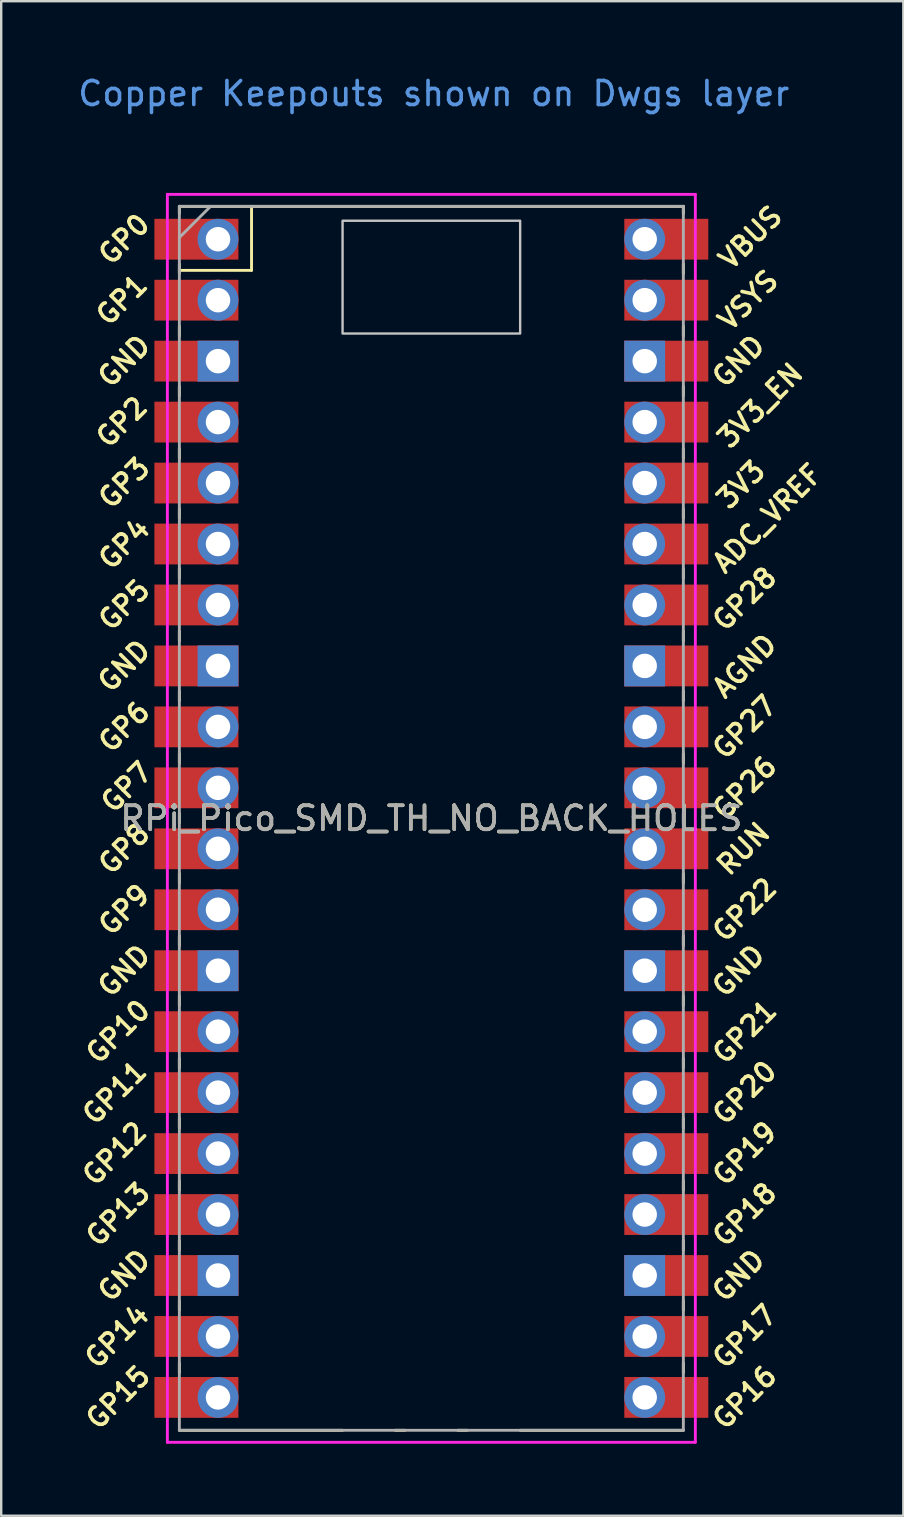
<source format=kicad_pcb>
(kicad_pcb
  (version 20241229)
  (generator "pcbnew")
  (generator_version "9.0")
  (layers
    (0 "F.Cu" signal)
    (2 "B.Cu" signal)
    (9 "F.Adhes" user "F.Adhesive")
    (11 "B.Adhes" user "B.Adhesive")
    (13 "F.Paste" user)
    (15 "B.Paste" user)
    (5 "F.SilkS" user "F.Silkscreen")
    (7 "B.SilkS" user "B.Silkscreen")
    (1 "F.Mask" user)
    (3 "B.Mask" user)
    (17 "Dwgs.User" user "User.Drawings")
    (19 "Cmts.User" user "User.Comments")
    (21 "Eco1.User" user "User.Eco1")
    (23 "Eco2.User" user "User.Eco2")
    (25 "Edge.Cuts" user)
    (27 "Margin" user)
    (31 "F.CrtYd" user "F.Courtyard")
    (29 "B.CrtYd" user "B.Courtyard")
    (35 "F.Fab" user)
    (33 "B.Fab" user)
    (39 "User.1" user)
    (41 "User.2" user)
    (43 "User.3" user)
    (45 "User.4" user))
  (footprint "RPi_Pico_SMD_TH_NO_BACK_HOLES"
    (layer "F.Cu")
    (at 14.924 31.048)
    (property "Reference" "RPi_Pico_SMD_TH_NO_BACK_HOLES" (at 0 0 0) (layer "F.SilkS") (effects (font (size 1 1) (thickness 0.15))))
    (attr through_hole)
    (fp_line (start -10.5 -25.5) (end -10.5 -25.2) (stroke (width 0.12) (type solid)) (layer "F.SilkS"))
    (fp_line (start -10.5 -25.5) (end 10.5 -25.5) (stroke (width 0.12) (type solid)) (layer "F.SilkS"))
    (fp_line (start -10.5 -23.1) (end -10.5 -22.7) (stroke (width 0.12) (type solid)) (layer "F.SilkS"))
    (fp_line (start -10.5 -22.833) (end -7.493 -22.833) (stroke (width 0.12) (type solid)) (layer "F.SilkS"))
    (fp_line (start -10.5 -20.5) (end -10.5 -20.1) (stroke (width 0.12) (type solid)) (layer "F.SilkS"))
    (fp_line (start -10.5 -18) (end -10.5 -17.6) (stroke (width 0.12) (type solid)) (layer "F.SilkS"))
    (fp_line (start -10.5 -15.4) (end -10.5 -15) (stroke (width 0.12) (type solid)) (layer "F.SilkS"))
    (fp_line (start -10.5 -12.9) (end -10.5 -12.5) (stroke (width 0.12) (type solid)) (layer "F.SilkS"))
    (fp_line (start -10.5 -10.4) (end -10.5 -10) (stroke (width 0.12) (type solid)) (layer "F.SilkS"))
    (fp_line (start -10.5 -7.8) (end -10.5 -7.4) (stroke (width 0.12) (type solid)) (layer "F.SilkS"))
    (fp_line (start -10.5 -5.3) (end -10.5 -4.9) (stroke (width 0.12) (type solid)) (layer "F.SilkS"))
    (fp_line (start -10.5 -2.7) (end -10.5 -2.3) (stroke (width 0.12) (type solid)) (layer "F.SilkS"))
    (fp_line (start -10.5 -0.2) (end -10.5 0.2) (stroke (width 0.12) (type solid)) (layer "F.SilkS"))
    (fp_line (start -10.5 2.3) (end -10.5 2.7) (stroke (width 0.12) (type solid)) (layer "F.SilkS"))
    (fp_line (start -10.5 4.9) (end -10.5 5.3) (stroke (width 0.12) (type solid)) (layer "F.SilkS"))
    (fp_line (start -10.5 7.4) (end -10.5 7.8) (stroke (width 0.12) (type solid)) (layer "F.SilkS"))
    (fp_line (start -10.5 10) (end -10.5 10.4) (stroke (width 0.12) (type solid)) (layer "F.SilkS"))
    (fp_line (start -10.5 12.5) (end -10.5 12.9) (stroke (width 0.12) (type solid)) (layer "F.SilkS"))
    (fp_line (start -10.5 15.1) (end -10.5 15.5) (stroke (width 0.12) (type solid)) (layer "F.SilkS"))
    (fp_line (start -10.5 17.6) (end -10.5 18) (stroke (width 0.12) (type solid)) (layer "F.SilkS"))
    (fp_line (start -10.5 20.1) (end -10.5 20.5) (stroke (width 0.12) (type solid)) (layer "F.SilkS"))
    (fp_line (start -10.5 22.7) (end -10.5 23.1) (stroke (width 0.12) (type solid)) (layer "F.SilkS"))
    (fp_line (start -7.493 -22.833) (end -7.493 -25.5) (stroke (width 0.12) (type solid)) (layer "F.SilkS"))
    (fp_line (start -3.7 25.5) (end -10.5 25.5) (stroke (width 0.12) (type solid)) (layer "F.SilkS"))
    (fp_line (start -1.5 25.5) (end -1.1 25.5) (stroke (width 0.12) (type solid)) (layer "F.SilkS"))
    (fp_line (start 1.1 25.5) (end 1.5 25.5) (stroke (width 0.12) (type solid)) (layer "F.SilkS"))
    (fp_line (start 10.5 -25.5) (end 10.5 -25.2) (stroke (width 0.12) (type solid)) (layer "F.SilkS"))
    (fp_line (start 10.5 -23.1) (end 10.5 -22.7) (stroke (width 0.12) (type solid)) (layer "F.SilkS"))
    (fp_line (start 10.5 -20.5) (end 10.5 -20.1) (stroke (width 0.12) (type solid)) (layer "F.SilkS"))
    (fp_line (start 10.5 -18) (end 10.5 -17.6) (stroke (width 0.12) (type solid)) (layer "F.SilkS"))
    (fp_line (start 10.5 -15.4) (end 10.5 -15) (stroke (width 0.12) (type solid)) (layer "F.SilkS"))
    (fp_line (start 10.5 -12.9) (end 10.5 -12.5) (stroke (width 0.12) (type solid)) (layer "F.SilkS"))
    (fp_line (start 10.5 -10.4) (end 10.5 -10) (stroke (width 0.12) (type solid)) (layer "F.SilkS"))
    (fp_line (start 10.5 -7.8) (end 10.5 -7.4) (stroke (width 0.12) (type solid)) (layer "F.SilkS"))
    (fp_line (start 10.5 -5.3) (end 10.5 -4.9) (stroke (width 0.12) (type solid)) (layer "F.SilkS"))
    (fp_line (start 10.5 -2.7) (end 10.5 -2.3) (stroke (width 0.12) (type solid)) (layer "F.SilkS"))
    (fp_line (start 10.5 -0.2) (end 10.5 0.2) (stroke (width 0.12) (type solid)) (layer "F.SilkS"))
    (fp_line (start 10.5 2.3) (end 10.5 2.7) (stroke (width 0.12) (type solid)) (layer "F.SilkS"))
    (fp_line (start 10.5 4.9) (end 10.5 5.3) (stroke (width 0.12) (type solid)) (layer "F.SilkS"))
    (fp_line (start 10.5 7.4) (end 10.5 7.8) (stroke (width 0.12) (type solid)) (layer "F.SilkS"))
    (fp_line (start 10.5 10) (end 10.5 10.4) (stroke (width 0.12) (type solid)) (layer "F.SilkS"))
    (fp_line (start 10.5 12.5) (end 10.5 12.9) (stroke (width 0.12) (type solid)) (layer "F.SilkS"))
    (fp_line (start 10.5 15.1) (end 10.5 15.5) (stroke (width 0.12) (type solid)) (layer "F.SilkS"))
    (fp_line (start 10.5 17.6) (end 10.5 18) (stroke (width 0.12) (type solid)) (layer "F.SilkS"))
    (fp_line (start 10.5 20.1) (end 10.5 20.5) (stroke (width 0.12) (type solid)) (layer "F.SilkS"))
    (fp_line (start 10.5 22.7) (end 10.5 23.1) (stroke (width 0.12) (type solid)) (layer "F.SilkS"))
    (fp_line (start 10.5 25.5) (end 3.7 25.5) (stroke (width 0.12) (type solid)) (layer "F.SilkS"))
    (fp_poly (pts (xy 3.7 -20.2) (xy -3.7 -20.2) (xy -3.7 -24.9) (xy 3.7 -24.9)) (stroke (width 0.1) (type solid)) (fill no) (layer "Dwgs.User"))
    (fp_line (start -11 -26) (end 11 -26) (stroke (width 0.12) (type solid)) (layer "F.CrtYd"))
    (fp_line (start -11 26) (end -11 -26) (stroke (width 0.12) (type solid)) (layer "F.CrtYd"))
    (fp_line (start 11 -26) (end 11 26) (stroke (width 0.12) (type solid)) (layer "F.CrtYd"))
    (fp_line (start 11 26) (end -11 26) (stroke (width 0.12) (type solid)) (layer "F.CrtYd"))
    (fp_line (start -10.5 -25.5) (end 10.5 -25.5) (stroke (width 0.12) (type solid)) (layer "F.Fab"))
    (fp_line (start -10.5 -24.2) (end -9.2 -25.5) (stroke (width 0.12) (type solid)) (layer "F.Fab"))
    (fp_line (start -10.5 25.5) (end -10.5 -25.5) (stroke (width 0.12) (type solid)) (layer "F.Fab"))
    (fp_line (start 10.5 -25.5) (end 10.5 25.5) (stroke (width 0.12) (type solid)) (layer "F.Fab"))
    (fp_line (start 10.5 25.5) (end -10.5 25.5) (stroke (width 0.12) (type solid)) (layer "F.Fab"))
    (fp_text user "GP18" (at 13.054 16.51 45) (layer "F.SilkS") (effects (font (size 0.8 0.8) (thickness 0.15))))
    (fp_text user "GP19" (at 13.054 13.97 45) (layer "F.SilkS") (effects (font (size 0.8 0.8) (thickness 0.15))))
    (fp_text user "GP2" (at -12.9 -16.51 45) (layer "F.SilkS") (effects (font (size 0.8 0.8) (thickness 0.15))))
    (fp_text user "GND" (at -12.8 6.35 45) (layer "F.SilkS") (effects (font (size 0.8 0.8) (thickness 0.15))))
    (fp_text user "GP8" (at -12.8 1.27 45) (layer "F.SilkS") (effects (font (size 0.8 0.8) (thickness 0.15))))
    (fp_text user "GND" (at 12.8 -19.05 45) (layer "F.SilkS") (effects (font (size 0.8 0.8) (thickness 0.15))))
    (fp_text user "GP3" (at -12.8 -13.97 45) (layer "F.SilkS") (effects (font (size 0.8 0.8) (thickness 0.15))))
    (fp_text user "AGND" (at 13.054 -6.35 45) (layer "F.SilkS") (effects (font (size 0.8 0.8) (thickness 0.15))))
    (fp_text user "GP21" (at 13.054 8.9 45) (layer "F.SilkS") (effects (font (size 0.8 0.8) (thickness 0.15))))
    (fp_text user "VSYS" (at 13.2 -21.59 45) (layer "F.SilkS") (effects (font (size 0.8 0.8) (thickness 0.15))))
    (fp_text user "GP28" (at 13.054 -9.144 45) (layer "F.SilkS") (effects (font (size 0.8 0.8) (thickness 0.15))))
    (fp_text user "GND" (at -12.8 -19.05 45) (layer "F.SilkS") (effects (font (size 0.8 0.8) (thickness 0.15))))
    (fp_text user "GP26" (at 13.054 -1.27 45) (layer "F.SilkS") (effects (font (size 0.8 0.8) (thickness 0.15))))
    (fp_text user "GP4" (at -12.8 -11.43 45) (layer "F.SilkS") (effects (font (size 0.8 0.8) (thickness 0.15))))
    (fp_text user "GP13" (at -13.054 16.51 45) (layer "F.SilkS") (effects (font (size 0.8 0.8) (thickness 0.15))))
    (fp_text user "GND" (at 12.8 19.05 45) (layer "F.SilkS") (effects (font (size 0.8 0.8) (thickness 0.15))))
    (fp_text user "GP0" (at -12.8 -24.13 45) (layer "F.SilkS") (effects (font (size 0.8 0.8) (thickness 0.15))))
    (fp_text user "GP5" (at -12.8 -8.89 45) (layer "F.SilkS") (effects (font (size 0.8 0.8) (thickness 0.15))))
    (fp_text user "GP6" (at -12.8 -3.81 45) (layer "F.SilkS") (effects (font (size 0.8 0.8) (thickness 0.15))))
    (fp_text user "ADC_VREF" (at 14 -12.5 45) (layer "F.SilkS") (effects (font (size 0.8 0.8) (thickness 0.15))))
    (fp_text user "GP15" (at -13.054 24.13 45) (layer "F.SilkS") (effects (font (size 0.8 0.8) (thickness 0.15))))
    (fp_text user "3V3_EN" (at 13.7 -17.2 45) (layer "F.SilkS") (effects (font (size 0.8 0.8) (thickness 0.15))))
    (fp_text user "GP7" (at -12.7 -1.3 45) (layer "F.SilkS") (effects (font (size 0.8 0.8) (thickness 0.15))))
    (fp_text user "3V3" (at 12.9 -13.9 45) (layer "F.SilkS") (effects (font (size 0.8 0.8) (thickness 0.15))))
    (fp_text user "GP9" (at -12.8 3.81 45) (layer "F.SilkS") (effects (font (size 0.8 0.8) (thickness 0.15))))
    (fp_text user "GP1" (at -12.9 -21.6 45) (layer "F.SilkS") (effects (font (size 0.8 0.8) (thickness 0.15))))
    (fp_text user "GND" (at -12.8 19.05 45) (layer "F.SilkS") (effects (font (size 0.8 0.8) (thickness 0.15))))
    (fp_text user "GND" (at -12.8 -6.35 45) (layer "F.SilkS") (effects (font (size 0.8 0.8) (thickness 0.15))))
    (fp_text user "GP22" (at 13.054 3.81 45) (layer "F.SilkS") (effects (font (size 0.8 0.8) (thickness 0.15))))
    (fp_text user "GP20" (at 13.054 11.43 45) (layer "F.SilkS") (effects (font (size 0.8 0.8) (thickness 0.15))))
    (fp_text user "GP16" (at 13.054 24.13 45) (layer "F.SilkS") (effects (font (size 0.8 0.8) (thickness 0.15))))
    (fp_text user "RUN" (at 13 1.27 45) (layer "F.SilkS") (effects (font (size 0.8 0.8) (thickness 0.15))))
    (fp_text user "GP14" (at -13.1 21.59 45) (layer "F.SilkS") (effects (font (size 0.8 0.8) (thickness 0.15))))
    (fp_text user "GP10" (at -13.054 8.89 45) (layer "F.SilkS") (effects (font (size 0.8 0.8) (thickness 0.15))))
    (fp_text user "GP11" (at -13.2 11.43 45) (layer "F.SilkS") (effects (font (size 0.8 0.8) (thickness 0.15))))
    (fp_text user "GP12" (at -13.2 13.97 45) (layer "F.SilkS") (effects (font (size 0.8 0.8) (thickness 0.15))))
    (fp_text user "VBUS" (at 13.3 -24.2 45) (layer "F.SilkS") (effects (font (size 0.8 0.8) (thickness 0.15))))
    (fp_text user "GP17" (at 13.054 21.59 45) (layer "F.SilkS") (effects (font (size 0.8 0.8) (thickness 0.15))))
    (fp_text user "GP27" (at 13.054 -3.8 45) (layer "F.SilkS") (effects (font (size 0.8 0.8) (thickness 0.15))))
    (fp_text user "GND" (at 12.8 6.35 45) (layer "F.SilkS") (effects (font (size 0.8 0.8) (thickness 0.15))))
    (fp_text user "Copper Keepouts shown on Dwgs layer" (at 0.1 -30.2 0) (layer "Cmts.User") (effects (font (size 1 1) (thickness 0.15))))
    (fp_text user "${REFERENCE}" (at 0 0 180) (layer "F.Fab") (effects (font (size 1 1) (thickness 0.15))))
    (pad "1" thru_hole oval (at -8.89 -24.13) (size 1.7 1.7) (drill 1.02) (layers "*.Cu" "*.Mask"))
    (pad "1" smd rect (at -8.89 -24.13) (size 3.5 1.7) (drill (offset -0.9 0)) (layers "F.Cu" "F.Mask"))
    (pad "2" thru_hole oval (at -8.89 -21.59) (size 1.7 1.7) (drill 1.02) (layers "*.Cu" "*.Mask"))
    (pad "2" smd rect (at -8.89 -21.59) (size 3.5 1.7) (drill (offset -0.9 0)) (layers "F.Cu" "F.Mask"))
    (pad "3" thru_hole rect (at -8.89 -19.05) (size 1.7 1.7) (drill 1.02) (layers "*.Cu" "*.Mask"))
    (pad "3" smd rect (at -8.89 -19.05) (size 3.5 1.7) (drill (offset -0.9 0)) (layers "F.Cu" "F.Mask"))
    (pad "4" thru_hole oval (at -8.89 -16.51) (size 1.7 1.7) (drill 1.02) (layers "*.Cu" "*.Mask"))
    (pad "4" smd rect (at -8.89 -16.51) (size 3.5 1.7) (drill (offset -0.9 0)) (layers "F.Cu" "F.Mask"))
    (pad "5" thru_hole oval (at -8.89 -13.97) (size 1.7 1.7) (drill 1.02) (layers "*.Cu" "*.Mask"))
    (pad "5" smd rect (at -8.89 -13.97) (size 3.5 1.7) (drill (offset -0.9 0)) (layers "F.Cu" "F.Mask"))
    (pad "6" thru_hole oval (at -8.89 -11.43) (size 1.7 1.7) (drill 1.02) (layers "*.Cu" "*.Mask"))
    (pad "6" smd rect (at -8.89 -11.43) (size 3.5 1.7) (drill (offset -0.9 0)) (layers "F.Cu" "F.Mask"))
    (pad "7" thru_hole oval (at -8.89 -8.89) (size 1.7 1.7) (drill 1.02) (layers "*.Cu" "*.Mask"))
    (pad "7" smd rect (at -8.89 -8.89) (size 3.5 1.7) (drill (offset -0.9 0)) (layers "F.Cu" "F.Mask"))
    (pad "8" thru_hole rect (at -8.89 -6.35) (size 1.7 1.7) (drill 1.02) (layers "*.Cu" "*.Mask"))
    (pad "8" smd rect (at -8.89 -6.35) (size 3.5 1.7) (drill (offset -0.9 0)) (layers "F.Cu" "F.Mask"))
    (pad "9" thru_hole oval (at -8.89 -3.81) (size 1.7 1.7) (drill 1.02) (layers "*.Cu" "*.Mask"))
    (pad "9" smd rect (at -8.89 -3.81) (size 3.5 1.7) (drill (offset -0.9 0)) (layers "F.Cu" "F.Mask"))
    (pad "10" thru_hole oval (at -8.89 -1.27) (size 1.7 1.7) (drill 1.02) (layers "*.Cu" "*.Mask"))
    (pad "10" smd rect (at -8.89 -1.27) (size 3.5 1.7) (drill (offset -0.9 0)) (layers "F.Cu" "F.Mask"))
    (pad "11" thru_hole oval (at -8.89 1.27) (size 1.7 1.7) (drill 1.02) (layers "*.Cu" "*.Mask"))
    (pad "11" smd rect (at -8.89 1.27) (size 3.5 1.7) (drill (offset -0.9 0)) (layers "F.Cu" "F.Mask"))
    (pad "12" thru_hole oval (at -8.89 3.81) (size 1.7 1.7) (drill 1.02) (layers "*.Cu" "*.Mask"))
    (pad "12" smd rect (at -8.89 3.81) (size 3.5 1.7) (drill (offset -0.9 0)) (layers "F.Cu" "F.Mask"))
    (pad "13" thru_hole rect (at -8.89 6.35) (size 1.7 1.7) (drill 1.02) (layers "*.Cu" "*.Mask"))
    (pad "13" smd rect (at -8.89 6.35) (size 3.5 1.7) (drill (offset -0.9 0)) (layers "F.Cu" "F.Mask"))
    (pad "14" thru_hole oval (at -8.89 8.89) (size 1.7 1.7) (drill 1.02) (layers "*.Cu" "*.Mask"))
    (pad "14" smd rect (at -8.89 8.89) (size 3.5 1.7) (drill (offset -0.9 0)) (layers "F.Cu" "F.Mask"))
    (pad "15" thru_hole oval (at -8.89 11.43) (size 1.7 1.7) (drill 1.02) (layers "*.Cu" "*.Mask"))
    (pad "15" smd rect (at -8.89 11.43) (size 3.5 1.7) (drill (offset -0.9 0)) (layers "F.Cu" "F.Mask"))
    (pad "16" thru_hole oval (at -8.89 13.97) (size 1.7 1.7) (drill 1.02) (layers "*.Cu" "*.Mask"))
    (pad "16" smd rect (at -8.89 13.97) (size 3.5 1.7) (drill (offset -0.9 0)) (layers "F.Cu" "F.Mask"))
    (pad "17" thru_hole oval (at -8.89 16.51) (size 1.7 1.7) (drill 1.02) (layers "*.Cu" "*.Mask"))
    (pad "17" smd rect (at -8.89 16.51) (size 3.5 1.7) (drill (offset -0.9 0)) (layers "F.Cu" "F.Mask"))
    (pad "18" thru_hole rect (at -8.89 19.05) (size 1.7 1.7) (drill 1.02) (layers "*.Cu" "*.Mask"))
    (pad "18" smd rect (at -8.89 19.05) (size 3.5 1.7) (drill (offset -0.9 0)) (layers "F.Cu" "F.Mask"))
    (pad "19" thru_hole oval (at -8.89 21.59) (size 1.7 1.7) (drill 1.02) (layers "*.Cu" "*.Mask"))
    (pad "19" smd rect (at -8.89 21.59) (size 3.5 1.7) (drill (offset -0.9 0)) (layers "F.Cu" "F.Mask"))
    (pad "20" thru_hole oval (at -8.89 24.13) (size 1.7 1.7) (drill 1.02) (layers "*.Cu" "*.Mask"))
    (pad "20" smd rect (at -8.89 24.13) (size 3.5 1.7) (drill (offset -0.9 0)) (layers "F.Cu" "F.Mask"))
    (pad "21" thru_hole oval (at 8.89 24.13) (size 1.7 1.7) (drill 1.02) (layers "*.Cu" "*.Mask"))
    (pad "21" smd rect (at 8.89 24.13) (size 3.5 1.7) (drill (offset 0.9 0)) (layers "F.Cu" "F.Mask"))
    (pad "22" thru_hole oval (at 8.89 21.59) (size 1.7 1.7) (drill 1.02) (layers "*.Cu" "*.Mask"))
    (pad "22" smd rect (at 8.89 21.59) (size 3.5 1.7) (drill (offset 0.9 0)) (layers "F.Cu" "F.Mask"))
    (pad "23" thru_hole rect (at 8.89 19.05) (size 1.7 1.7) (drill 1.02) (layers "*.Cu" "*.Mask"))
    (pad "23" smd rect (at 8.89 19.05) (size 3.5 1.7) (drill (offset 0.9 0)) (layers "F.Cu" "F.Mask"))
    (pad "24" thru_hole oval (at 8.89 16.51) (size 1.7 1.7) (drill 1.02) (layers "*.Cu" "*.Mask"))
    (pad "24" smd rect (at 8.89 16.51) (size 3.5 1.7) (drill (offset 0.9 0)) (layers "F.Cu" "F.Mask"))
    (pad "25" thru_hole oval (at 8.89 13.97) (size 1.7 1.7) (drill 1.02) (layers "*.Cu" "*.Mask"))
    (pad "25" smd rect (at 8.89 13.97) (size 3.5 1.7) (drill (offset 0.9 0)) (layers "F.Cu" "F.Mask"))
    (pad "26" thru_hole oval (at 8.89 11.43) (size 1.7 1.7) (drill 1.02) (layers "*.Cu" "*.Mask"))
    (pad "26" smd rect (at 8.89 11.43) (size 3.5 1.7) (drill (offset 0.9 0)) (layers "F.Cu" "F.Mask"))
    (pad "27" thru_hole oval (at 8.89 8.89) (size 1.7 1.7) (drill 1.02) (layers "*.Cu" "*.Mask"))
    (pad "27" smd rect (at 8.89 8.89) (size 3.5 1.7) (drill (offset 0.9 0)) (layers "F.Cu" "F.Mask"))
    (pad "28" thru_hole rect (at 8.89 6.35) (size 1.7 1.7) (drill 1.02) (layers "*.Cu" "*.Mask"))
    (pad "28" smd rect (at 8.89 6.35) (size 3.5 1.7) (drill (offset 0.9 0)) (layers "F.Cu" "F.Mask"))
    (pad "29" thru_hole oval (at 8.89 3.81) (size 1.7 1.7) (drill 1.02) (layers "*.Cu" "*.Mask"))
    (pad "29" smd rect (at 8.89 3.81) (size 3.5 1.7) (drill (offset 0.9 0)) (layers "F.Cu" "F.Mask"))
    (pad "30" thru_hole oval (at 8.89 1.27) (size 1.7 1.7) (drill 1.02) (layers "*.Cu" "*.Mask"))
    (pad "30" smd rect (at 8.89 1.27) (size 3.5 1.7) (drill (offset 0.9 0)) (layers "F.Cu" "F.Mask"))
    (pad "31" thru_hole oval (at 8.89 -1.27) (size 1.7 1.7) (drill 1.02) (layers "*.Cu" "*.Mask"))
    (pad "31" smd rect (at 8.89 -1.27) (size 3.5 1.7) (drill (offset 0.9 0)) (layers "F.Cu" "F.Mask"))
    (pad "32" thru_hole oval (at 8.89 -3.81) (size 1.7 1.7) (drill 1.02) (layers "*.Cu" "*.Mask"))
    (pad "32" smd rect (at 8.89 -3.81) (size 3.5 1.7) (drill (offset 0.9 0)) (layers "F.Cu" "F.Mask"))
    (pad "33" thru_hole rect (at 8.89 -6.35) (size 1.7 1.7) (drill 1.02) (layers "*.Cu" "*.Mask"))
    (pad "33" smd rect (at 8.89 -6.35) (size 3.5 1.7) (drill (offset 0.9 0)) (layers "F.Cu" "F.Mask"))
    (pad "34" thru_hole oval (at 8.89 -8.89) (size 1.7 1.7) (drill 1.02) (layers "*.Cu" "*.Mask"))
    (pad "34" smd rect (at 8.89 -8.89) (size 3.5 1.7) (drill (offset 0.9 0)) (layers "F.Cu" "F.Mask"))
    (pad "35" thru_hole oval (at 8.89 -11.43) (size 1.7 1.7) (drill 1.02) (layers "*.Cu" "*.Mask"))
    (pad "35" smd rect (at 8.89 -11.43) (size 3.5 1.7) (drill (offset 0.9 0)) (layers "F.Cu" "F.Mask"))
    (pad "36" thru_hole oval (at 8.89 -13.97) (size 1.7 1.7) (drill 1.02) (layers "*.Cu" "*.Mask"))
    (pad "36" smd rect (at 8.89 -13.97) (size 3.5 1.7) (drill (offset 0.9 0)) (layers "F.Cu" "F.Mask"))
    (pad "37" thru_hole oval (at 8.89 -16.51) (size 1.7 1.7) (drill 1.02) (layers "*.Cu" "*.Mask"))
    (pad "37" smd rect (at 8.89 -16.51) (size 3.5 1.7) (drill (offset 0.9 0)) (layers "F.Cu" "F.Mask"))
    (pad "38" thru_hole rect (at 8.89 -19.05) (size 1.7 1.7) (drill 1.02) (layers "*.Cu" "*.Mask"))
    (pad "38" smd rect (at 8.89 -19.05) (size 3.5 1.7) (drill (offset 0.9 0)) (layers "F.Cu" "F.Mask"))
    (pad "39" thru_hole oval (at 8.89 -21.59) (size 1.7 1.7) (drill 1.02) (layers "*.Cu" "*.Mask"))
    (pad "39" smd rect (at 8.89 -21.59) (size 3.5 1.7) (drill (offset 0.9 0)) (layers "F.Cu" "F.Mask"))
    (pad "40" thru_hole oval (at 8.89 -24.13) (size 1.7 1.7) (drill 1.02) (layers "*.Cu" "*.Mask"))
    (pad "40" smd rect (at 8.89 -24.13) (size 3.5 1.7) (drill (offset 0.9 0)) (layers "F.Cu" "F.Mask")))
  (gr_rect
    (start -3 -3)
    (end 34.591 60.108)
    (stroke (width 0.1) (type default))
    (fill no)
    (layer "Edge.Cuts")))
</source>
